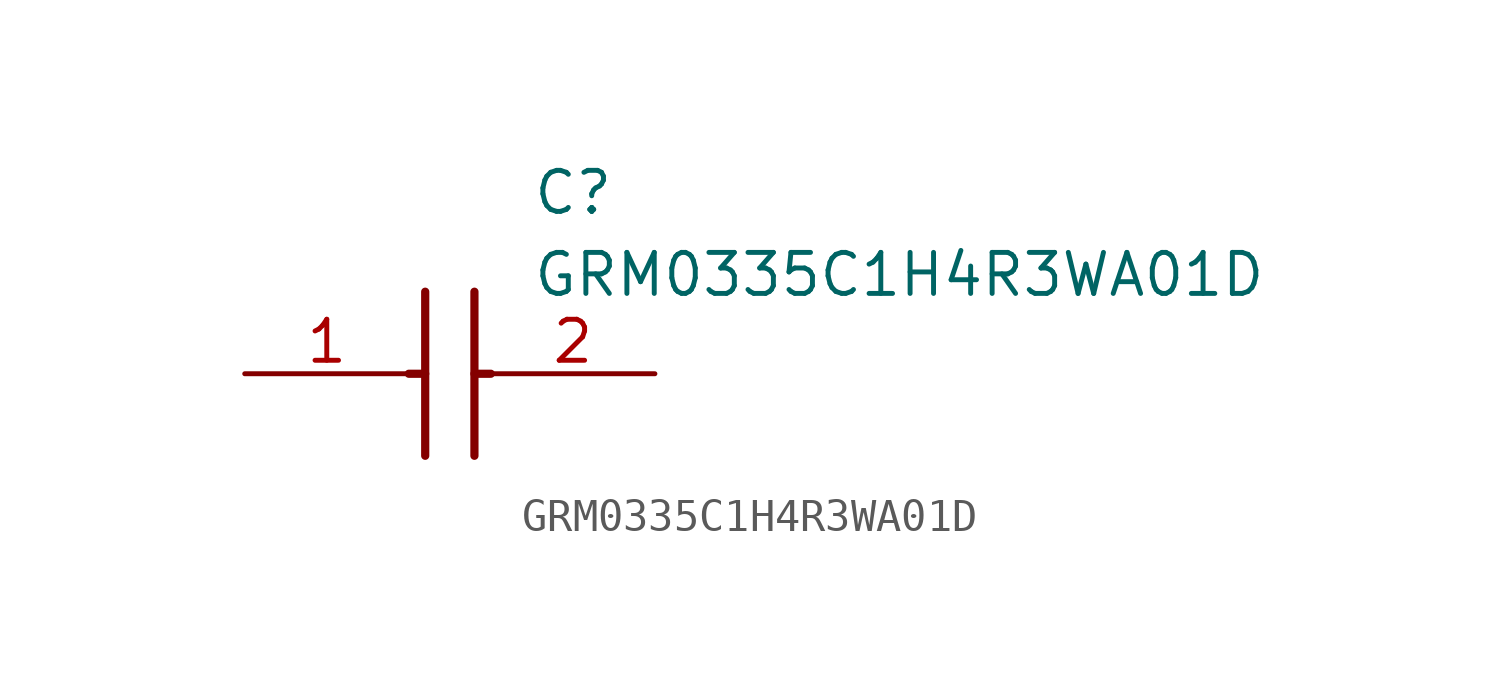
<source format=kicad_sym>
(kicad_symbol_lib
  (version 20211014)
  (generator SamacSys_ECAD_Model)
  (symbol "GRM0335C1H4R3WA01D"
    (pin_names hide)
    (property "Reference" "C"
      (at 8.89 6.35 0)
      (effects (font (size 1.27 1.27)) (justify left top)))
    (property "Value" "GRM0335C1H4R3WA01D"
      (at 8.89 3.81 0)
      (effects (font (size 1.27 1.27)) (justify left top)))
    (polyline
      (pts (xy 5.588 2.54) (xy 5.588 -2.54))
      (stroke (width 0.254) (type default))
      (fill (type none)))
    (polyline
      (pts (xy 7.112 2.54) (xy 7.112 -2.54))
      (stroke (width 0.254) (type default))
      (fill (type none)))
    (polyline
      (pts (xy 5.08 0) (xy 5.588 0))
      (stroke (width 0.254) (type default))
      (fill (type none)))
    (polyline
      (pts (xy 7.112 0) (xy 7.62 0))
      (stroke (width 0.254) (type default))
      (fill (type none)))
    (pin passive line
      (at 0 0 0)
      (length 5.08)
      (name "1" (effects (font (size 1.27 1.27))))
      (number "1" (effects (font (size 1.27 1.27)))))
    (pin passive line
      (at 12.7 0 180)
      (length 5.08)
      (name "2" (effects (font (size 1.27 1.27))))
      (number "2" (effects (font (size 1.27 1.27)))))))
</source>
